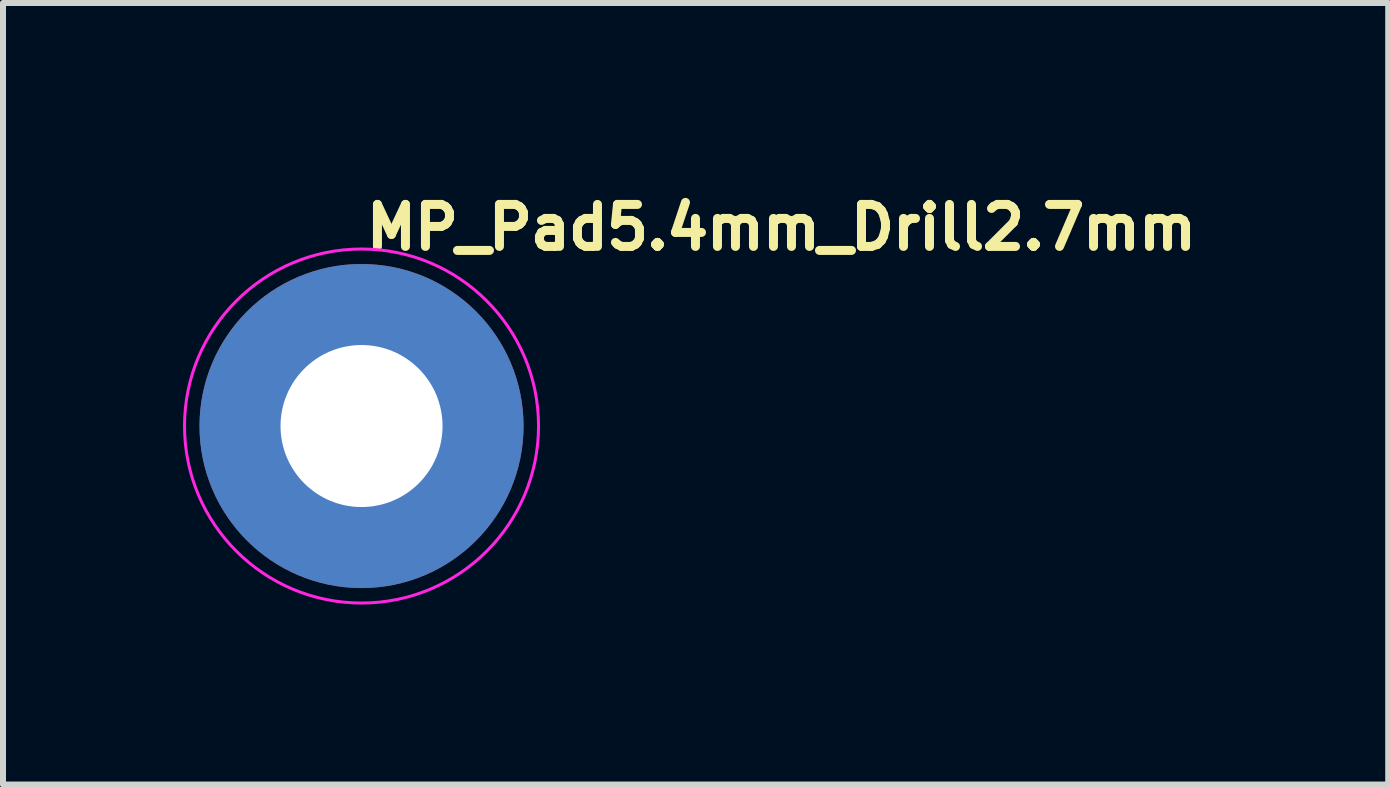
<source format=kicad_pcb>
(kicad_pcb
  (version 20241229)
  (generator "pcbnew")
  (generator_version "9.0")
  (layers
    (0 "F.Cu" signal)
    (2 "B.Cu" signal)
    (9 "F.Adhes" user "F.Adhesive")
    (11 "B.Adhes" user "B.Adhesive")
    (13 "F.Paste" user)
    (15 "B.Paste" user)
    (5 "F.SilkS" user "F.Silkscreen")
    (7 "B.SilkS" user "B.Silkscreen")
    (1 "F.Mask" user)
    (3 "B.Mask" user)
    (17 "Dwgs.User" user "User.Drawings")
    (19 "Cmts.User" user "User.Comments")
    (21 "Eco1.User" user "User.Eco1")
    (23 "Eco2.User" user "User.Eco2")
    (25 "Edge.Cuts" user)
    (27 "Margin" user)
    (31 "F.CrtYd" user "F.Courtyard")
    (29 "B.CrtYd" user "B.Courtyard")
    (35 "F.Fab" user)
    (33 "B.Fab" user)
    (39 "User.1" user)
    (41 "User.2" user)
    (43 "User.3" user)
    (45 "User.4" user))
  (footprint "MP_Pad5.4mm_Drill2.7mm"
    (layer "F.Cu")
    (at 2.975 4.05)
    (property "Reference" "MP_Pad5.4mm_Drill2.7mm" (at 0 -2.9 0) (layer "F.SilkS") (effects (font (size 0.7 0.7) (thickness 0.15)) (justify left bottom)))
    (attr exclude_from_pos_files exclude_from_bom)
    (fp_circle (center 0 0) (end 2.95 0) (stroke (width 0.05) (type default)) (fill no) (layer "F.CrtYd"))
    (pad "1" thru_hole circle (at 0 0) (size 5.4 5.4) (drill 2.7) (layers "*.Cu" "*.Mask")))
  (gr_rect
    (start -3 -3)
    (end 20.085 10.025)
    (stroke (width 0.1) (type default))
    (fill no)
    (layer "Edge.Cuts")))
</source>
